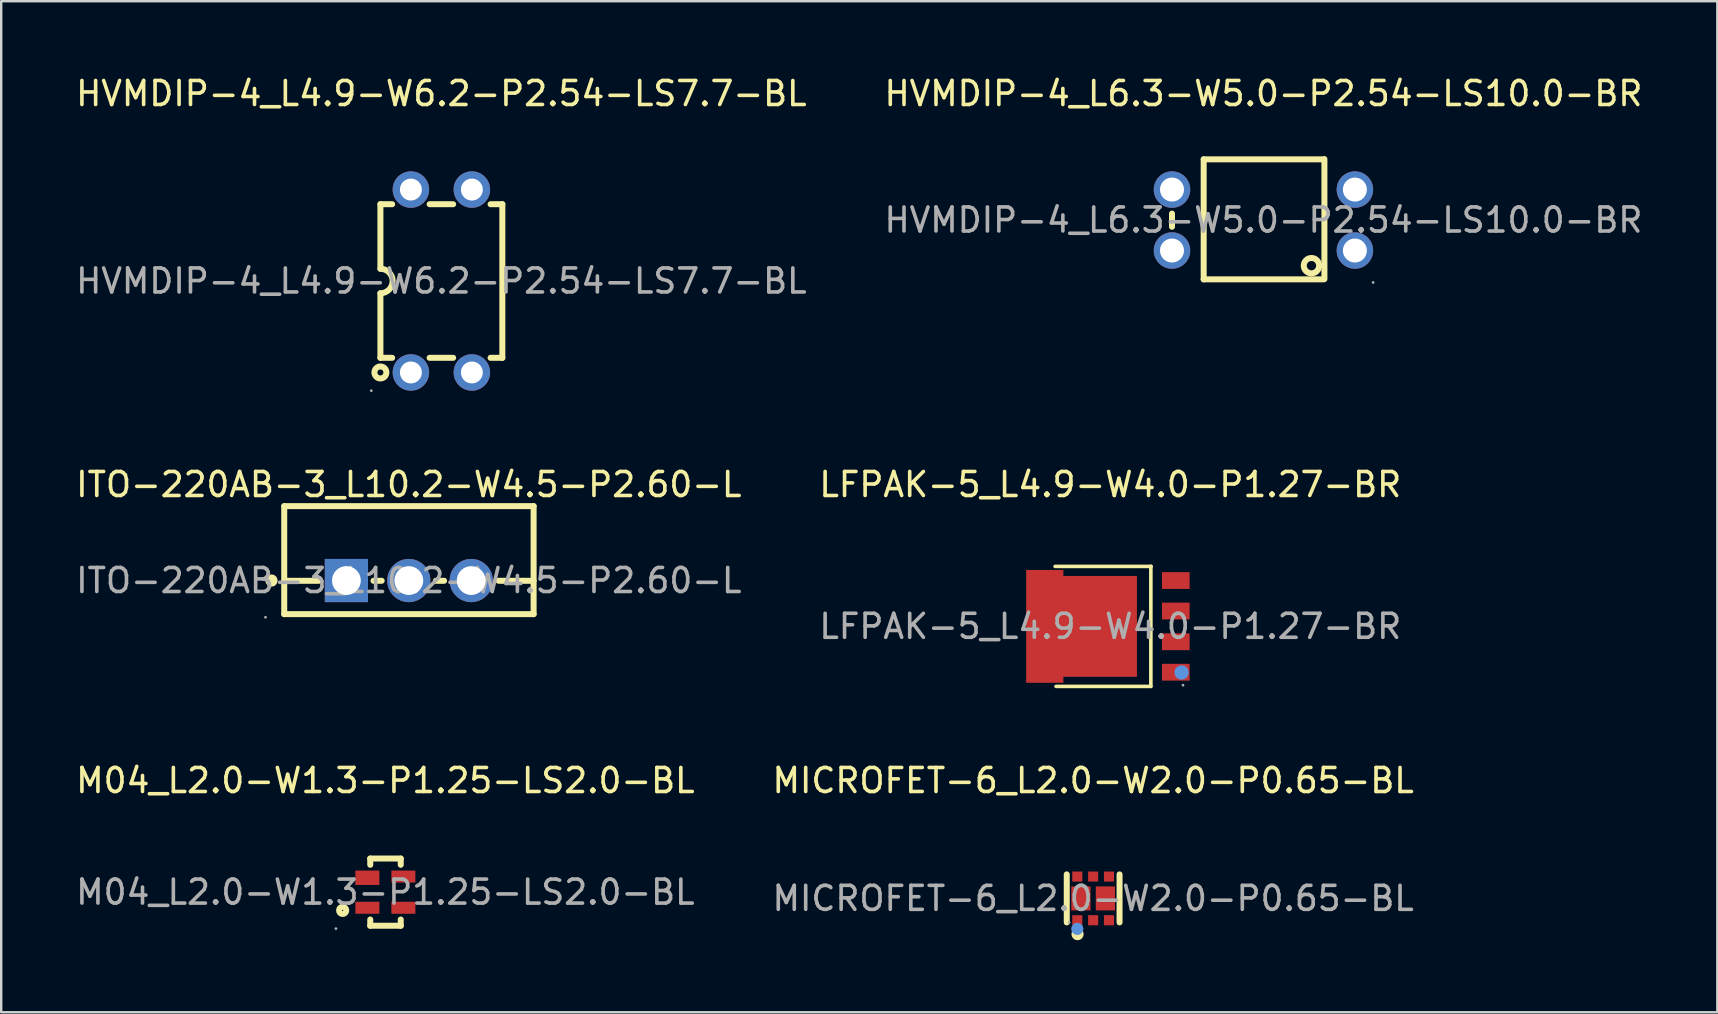
<source format=kicad_pcb>
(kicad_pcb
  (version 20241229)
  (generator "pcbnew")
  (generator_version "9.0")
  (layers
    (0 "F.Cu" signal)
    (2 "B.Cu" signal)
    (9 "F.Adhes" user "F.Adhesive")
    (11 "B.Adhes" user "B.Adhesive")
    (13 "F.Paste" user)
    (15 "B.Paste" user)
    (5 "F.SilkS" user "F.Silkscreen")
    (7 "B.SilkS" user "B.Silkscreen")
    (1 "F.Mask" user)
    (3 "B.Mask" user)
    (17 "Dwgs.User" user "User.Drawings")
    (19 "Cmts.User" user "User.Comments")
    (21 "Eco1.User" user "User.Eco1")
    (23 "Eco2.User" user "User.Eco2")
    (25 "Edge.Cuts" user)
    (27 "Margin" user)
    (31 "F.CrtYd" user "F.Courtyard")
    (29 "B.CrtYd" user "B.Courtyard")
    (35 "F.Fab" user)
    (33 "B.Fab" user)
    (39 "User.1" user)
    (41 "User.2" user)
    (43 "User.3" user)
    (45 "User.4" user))
  (footprint "ITO-220AB-3_L10.2-W4.5-P2.60-L"
    (layer "F.Cu")
    (at 13.982 21.137)
    (property "Reference" "ITO-220AB-3_L10.2-W4.5-P2.60-L" (at 0 -4 0) (layer "F.SilkS") (effects (font (size 1 1) (thickness 0.15))))
    (attr through_hole)
    (fp_line (start -5.19 -3.1) (end -5.19 1.4) (stroke (width 0.25) (type solid)) (layer "F.SilkS"))
    (fp_line (start -5.19 -3.1) (end 5.2 -3.1) (stroke (width 0.25) (type solid)) (layer "F.SilkS"))
    (fp_line (start -5.19 0.01) (end -3.74 0.01) (stroke (width 0.25) (type solid)) (layer "F.SilkS"))
    (fp_line (start -5.19 1.4) (end 5.2 1.4) (stroke (width 0.25) (type solid)) (layer "F.SilkS"))
    (fp_line (start -1.47 0.01) (end -1.13 0.01) (stroke (width 0.25) (type solid)) (layer "F.SilkS"))
    (fp_line (start 1.13 0.01) (end 1.47 0.01) (stroke (width 0.25) (type solid)) (layer "F.SilkS"))
    (fp_line (start 3.74 0.01) (end 5.2 0.01) (stroke (width 0.25) (type solid)) (layer "F.SilkS"))
    (fp_line (start 5.2 -3.1) (end 5.2 1.4) (stroke (width 0.25) (type solid)) (layer "F.SilkS"))
    (fp_circle (center -5.72 0) (end -5.59 0) (stroke (width 0.25) (type solid)) (fill no) (layer "F.SilkS"))
    (fp_circle (center -5.97 1.53) (end -5.94 1.53) (stroke (width 0.06) (type solid)) (fill no) (layer "F.Fab"))
    (fp_circle (center -2.6 0) (end -2.35 0) (stroke (width 0.5) (type solid)) (fill no) (layer "F.Fab"))
    (fp_circle (center 0 0) (end 0.25 0) (stroke (width 0.5) (type solid)) (fill no) (layer "F.Fab"))
    (fp_circle (center 2.6 0) (end 2.85 0) (stroke (width 0.5) (type solid)) (fill no) (layer "F.Fab"))
    (fp_text user "${REFERENCE}" (at 0 0 0) (layer "F.Fab") (effects (font (size 1 1) (thickness 0.15))))
    (pad "1" thru_hole rect (at -2.6 0) (size 1.8 1.8) (drill 1.2) (layers "*.Cu" "*.Paste" "*.Mask"))
    (pad "2" thru_hole circle (at 0 0) (size 1.8 1.8) (drill 1.2) (layers "*.Cu" "*.Paste" "*.Mask"))
    (pad "3" thru_hole circle (at 2.6 0) (size 1.8 1.8) (drill 1.2) (layers "*.Cu" "*.Paste" "*.Mask")))
  (footprint "HVMDIP-4_L4.9-W6.2-P2.54-LS7.7-BL"
    (layer "F.Cu")
    (at 15.339 8.658)
    (property "Reference" "HVMDIP-4_L4.9-W6.2-P2.54-LS7.7-BL" (at 0 -7.81 0) (layer "F.SilkS") (effects (font (size 1 1) (thickness 0.15))))
    (attr through_hole)
    (fp_line (start -2.54 -3.2) (end -2.54 -0.51) (stroke (width 0.25) (type solid)) (layer "F.SilkS"))
    (fp_line (start -2.54 -3.2) (end -2.05 -3.2) (stroke (width 0.25) (type solid)) (layer "F.SilkS"))
    (fp_line (start -2.54 3.2) (end -2.54 0.51) (stroke (width 0.25) (type solid)) (layer "F.SilkS"))
    (fp_line (start -2.54 3.2) (end -2.05 3.2) (stroke (width 0.25) (type solid)) (layer "F.SilkS"))
    (fp_line (start -0.49 -3.2) (end 0.49 -3.2) (stroke (width 0.25) (type solid)) (layer "F.SilkS"))
    (fp_line (start -0.49 3.2) (end 0.49 3.2) (stroke (width 0.25) (type solid)) (layer "F.SilkS"))
    (fp_line (start 2.05 -3.2) (end 2.54 -3.2) (stroke (width 0.25) (type solid)) (layer "F.SilkS"))
    (fp_line (start 2.05 3.2) (end 2.54 3.2) (stroke (width 0.25) (type solid)) (layer "F.SilkS"))
    (fp_line (start 2.54 -3.2) (end 2.54 3.2) (stroke (width 0.25) (type solid)) (layer "F.SilkS"))
    (fp_arc (start -2.54 -0.51) (mid -2.03 0) (end -2.54 0.51) (stroke (width 0.25) (type solid)) (layer "F.SilkS"))
    (fp_circle (center -2.54 3.81) (end -2.29 3.81) (stroke (width 0.25) (type solid)) (fill no) (layer "F.SilkS"))
    (fp_circle (center -2.92 4.57) (end -2.89 4.57) (stroke (width 0.06) (type solid)) (fill no) (layer "F.Fab"))
    (fp_circle (center -1.27 -3.81) (end -1.09 -3.81) (stroke (width 0.36) (type solid)) (fill no) (layer "F.Fab"))
    (fp_circle (center -1.27 3.81) (end -1.09 3.81) (stroke (width 0.36) (type solid)) (fill no) (layer "F.Fab"))
    (fp_circle (center 1.27 -3.81) (end 1.45 -3.81) (stroke (width 0.36) (type solid)) (fill no) (layer "F.Fab"))
    (fp_circle (center 1.27 3.81) (end 1.45 3.81) (stroke (width 0.36) (type solid)) (fill no) (layer "F.Fab"))
    (fp_text user "${REFERENCE}" (at 0 0 0) (layer "F.Fab") (effects (font (size 1 1) (thickness 0.15))))
    (pad "1" thru_hole circle (at -1.27 3.81) (size 1.52 1.52) (drill 0.914) (layers "*.Cu" "*.Paste" "*.Mask"))
    (pad "2" thru_hole circle (at 1.27 3.81) (size 1.52 1.52) (drill 0.914) (layers "*.Cu" "*.Paste" "*.Mask"))
    (pad "3" thru_hole circle (at 1.27 -3.81) (size 1.52 1.52) (drill 0.914) (layers "*.Cu" "*.Paste" "*.Mask"))
    (pad "4" thru_hole circle (at -1.27 -3.81) (size 1.52 1.52) (drill 0.914) (layers "*.Cu" "*.Paste" "*.Mask")))
  (footprint "MICROFET-6_L2.0-W2.0-P0.65-BL"
    (layer "F.Cu")
    (at 42.494 34.38)
    (property "Reference" "MICROFET-6_L2.0-W2.0-P0.65-BL" (at 0 -4.91 0) (layer "F.SilkS") (effects (font (size 1 1) (thickness 0.15))))
    (attr through_hole)
    (fp_line (start -1.1 1) (end -1.1 -1) (stroke (width 0.25) (type solid)) (layer "F.SilkS"))
    (fp_line (start 1.1 -1) (end 1.1 1) (stroke (width 0.25) (type solid)) (layer "F.SilkS"))
    (fp_circle (center -0.65 1.49) (end -0.52 1.49) (stroke (width 0.25) (type solid)) (fill no) (layer "F.SilkS"))
    (fp_circle (center -0.66 1.27) (end -0.53 1.27) (stroke (width 0.25) (type solid)) (fill no) (layer "Cmts.User"))
    (fp_circle (center -1 1.01) (end -0.97 1.01) (stroke (width 0.06) (type solid)) (fill no) (layer "F.Fab"))
    (fp_text user "${REFERENCE}" (at 0 0 0) (layer "F.Fab") (effects (font (size 1 1) (thickness 0.15))))
    (pad "1" smd rect (at -0.66 0.91) (size 0.42 0.42) (layers "F.Cu" "F.Mask" "F.Paste"))
    (pad "2" smd rect (at 0 0.91) (size 0.42 0.42) (layers "F.Cu" "F.Mask" "F.Paste"))
    (pad "3" smd rect (at 0.66 0.91) (size 0.42 0.42) (layers "F.Cu" "F.Mask" "F.Paste"))
    (pad "4" smd rect (at 0.66 -0.91) (size 0.42 0.42) (layers "F.Cu" "F.Mask" "F.Paste"))
    (pad "5" smd rect (at 0 -0.91) (size 0.42 0.42) (layers "F.Cu" "F.Mask" "F.Paste"))
    (pad "6" smd rect (at -0.66 -0.91) (size 0.42 0.42) (layers "F.Cu" "F.Mask" "F.Paste"))
    (pad "7" smd rect (at -0.51 0) (size 0.8 1) (layers "F.Cu" "F.Mask" "F.Paste"))
    (pad "8" smd rect (at 0.51 0) (size 0.8 1) (layers "F.Cu" "F.Mask" "F.Paste")))
  (footprint "M04_L2.0-W1.3-P1.25-LS2.0-BL"
    (layer "F.Cu")
    (at 13.006 34.12)
    (property "Reference" "M04_L2.0-W1.3-P1.25-LS2.0-BL" (at 0 -4.65 0) (layer "F.SilkS") (effects (font (size 1 1) (thickness 0.15))))
    (attr through_hole)
    (fp_line (start -0.63 -1.4) (end 0.64 -1.4) (stroke (width 0.25) (type solid)) (layer "F.SilkS"))
    (fp_line (start -0.63 -1.14) (end -0.63 -1.4) (stroke (width 0.25) (type solid)) (layer "F.SilkS"))
    (fp_line (start -0.63 1.14) (end -0.63 1.4) (stroke (width 0.25) (type solid)) (layer "F.SilkS"))
    (fp_line (start -0.63 1.4) (end 0.64 1.4) (stroke (width 0.25) (type solid)) (layer "F.SilkS"))
    (fp_line (start 0.64 -1.4) (end 0.64 -1.14) (stroke (width 0.25) (type solid)) (layer "F.SilkS"))
    (fp_line (start 0.64 1.4) (end 0.64 1.14) (stroke (width 0.25) (type solid)) (layer "F.SilkS"))
    (fp_circle (center -1.78 0.76) (end -1.63 0.76) (stroke (width 0.25) (type solid)) (fill no) (layer "F.SilkS"))
    (fp_circle (center -2.06 1.52) (end -2.03 1.52) (stroke (width 0.06) (type solid)) (fill no) (layer "F.Fab"))
    (fp_text user "${REFERENCE}" (at 0 0 0) (layer "F.Fab") (effects (font (size 1 1) (thickness 0.15))))
    (pad "1" smd rect (at -0.75 0.65 90) (size 0.5 1) (layers "F.Cu" "F.Mask" "F.Paste"))
    (pad "2" smd rect (at -0.75 -0.6 90) (size 0.6 1) (layers "F.Cu" "F.Mask" "F.Paste"))
    (pad "3" smd rect (at 0.75 -0.65 90) (size 0.5 1) (layers "F.Cu" "F.Mask" "F.Paste"))
    (pad "4" smd rect (at 0.75 0.65 90) (size 0.5 1) (layers "F.Cu" "F.Mask" "F.Paste")))
  (footprint "LFPAK-5_L4.9-W4.0-P1.27-BR"
    (layer "F.Cu")
    (at 43.208 23.047)
    (property "Reference" "LFPAK-5_L4.9-W4.0-P1.27-BR" (at 0 -5.91 0) (layer "F.SilkS") (effects (font (size 1 1) (thickness 0.15))))
    (attr through_hole)
    (fp_line (start 1.69 -2.5) (end 1.69 2.5) (stroke (width 0.15) (type solid)) (layer "F.SilkS"))
    (fp_line (start 1.69 2.5) (end -2.26 2.5) (stroke (width 0.15) (type solid)) (layer "F.SilkS"))
    (fp_line (start 1.7 -2.5) (end -2.3 -2.5) (stroke (width 0.15) (type solid)) (layer "F.SilkS"))
    (fp_circle (center 2.97 1.92) (end 3.12 1.92) (stroke (width 0.3) (type solid)) (fill no) (layer "Cmts.User"))
    (fp_circle (center 3.03 2.45) (end 3.06 2.45) (stroke (width 0.06) (type solid)) (fill no) (layer "F.Fab"))
    (fp_text user "${REFERENCE}" (at 0 0 0) (layer "F.Fab") (effects (font (size 1 1) (thickness 0.15))))
    (pad "1" smd rect (at 2.73 1.91 90) (size 0.7 1.15) (layers "F.Cu" "F.Mask" "F.Paste"))
    (pad "2" smd rect (at 2.73 0.64 90) (size 0.7 1.15) (layers "F.Cu" "F.Mask" "F.Paste"))
    (pad "3" smd rect (at 2.73 -0.64 90) (size 0.7 1.15) (layers "F.Cu" "F.Mask" "F.Paste"))
    (pad "4" smd rect (at 2.73 -1.91 90) (size 0.7 1.15) (layers "F.Cu" "F.Mask" "F.Paste"))
    (pad "5" smd rect (at -2.73 0 90) (size 4.7 1.55) (layers "F.Cu" "F.Mask" "F.Paste"))
    (pad "5" smd rect (at -0.54 0 90) (size 4.2 3.3) (layers "F.Cu" "F.Mask" "F.Paste")))
  (footprint "HVMDIP-4_L6.3-W5.0-P2.54-LS10.0-BR"
    (layer "F.Cu")
    (at 49.589 6.118)
    (property "Reference" "HVMDIP-4_L6.3-W5.0-P2.54-LS10.0-BR" (at 0 -5.27 0) (layer "F.SilkS") (effects (font (size 1 1) (thickness 0.15))))
    (attr through_hole)
    (fp_line (start -3.81 0.28) (end -3.81 -0.27) (stroke (width 0.25) (type solid)) (layer "F.SilkS"))
    (fp_line (start -2.49 -2.53) (end -2.49 2.47) (stroke (width 0.25) (type solid)) (layer "F.SilkS"))
    (fp_line (start 2.51 -2.53) (end -2.49 -2.53) (stroke (width 0.25) (type solid)) (layer "F.SilkS"))
    (fp_line (start 2.51 2.47) (end -2.49 2.47) (stroke (width 0.25) (type solid)) (layer "F.SilkS"))
    (fp_line (start 2.54 -2.54) (end 2.54 2.46) (stroke (width 0.25) (type solid)) (layer "F.SilkS"))
    (fp_circle (center 2 1.9) (end 2.32 1.9) (stroke (width 0.25) (type solid)) (fill no) (layer "F.SilkS"))
    (fp_circle (center -3.81 -1.27) (end -3.61 -1.27) (stroke (width 0.4) (type solid)) (fill no) (layer "F.Fab"))
    (fp_circle (center -3.81 1.27) (end -3.61 1.27) (stroke (width 0.4) (type solid)) (fill no) (layer "F.Fab"))
    (fp_circle (center 3.81 -1.27) (end 4.01 -1.27) (stroke (width 0.4) (type solid)) (fill no) (layer "F.Fab"))
    (fp_circle (center 3.81 1.27) (end 4.01 1.27) (stroke (width 0.4) (type solid)) (fill no) (layer "F.Fab"))
    (fp_circle (center 4.57 2.6) (end 4.6 2.6) (stroke (width 0.06) (type solid)) (fill no) (layer "F.Fab"))
    (fp_text user "${REFERENCE}" (at 0 0 0) (layer "F.Fab") (effects (font (size 1 1) (thickness 0.15))))
    (pad "1" thru_hole circle (at 3.81 1.27 180) (size 1.52 1.52) (drill 1) (layers "*.Cu" "*.Paste" "*.Mask"))
    (pad "2" thru_hole circle (at 3.81 -1.27 180) (size 1.52 1.52) (drill 1) (layers "*.Cu" "*.Paste" "*.Mask"))
    (pad "3" thru_hole circle (at -3.81 -1.27 180) (size 1.52 1.52) (drill 1) (layers "*.Cu" "*.Paste" "*.Mask"))
    (pad "3" thru_hole circle (at -3.81 1.27 180) (size 1.52 1.52) (drill 1) (layers "*.Cu" "*.Paste" "*.Mask")))
  (gr_rect
    (start -3 -3)
    (end 68.5 39.125)
    (stroke (width 0.1) (type default))
    (fill no)
    (layer "Edge.Cuts")))
</source>
